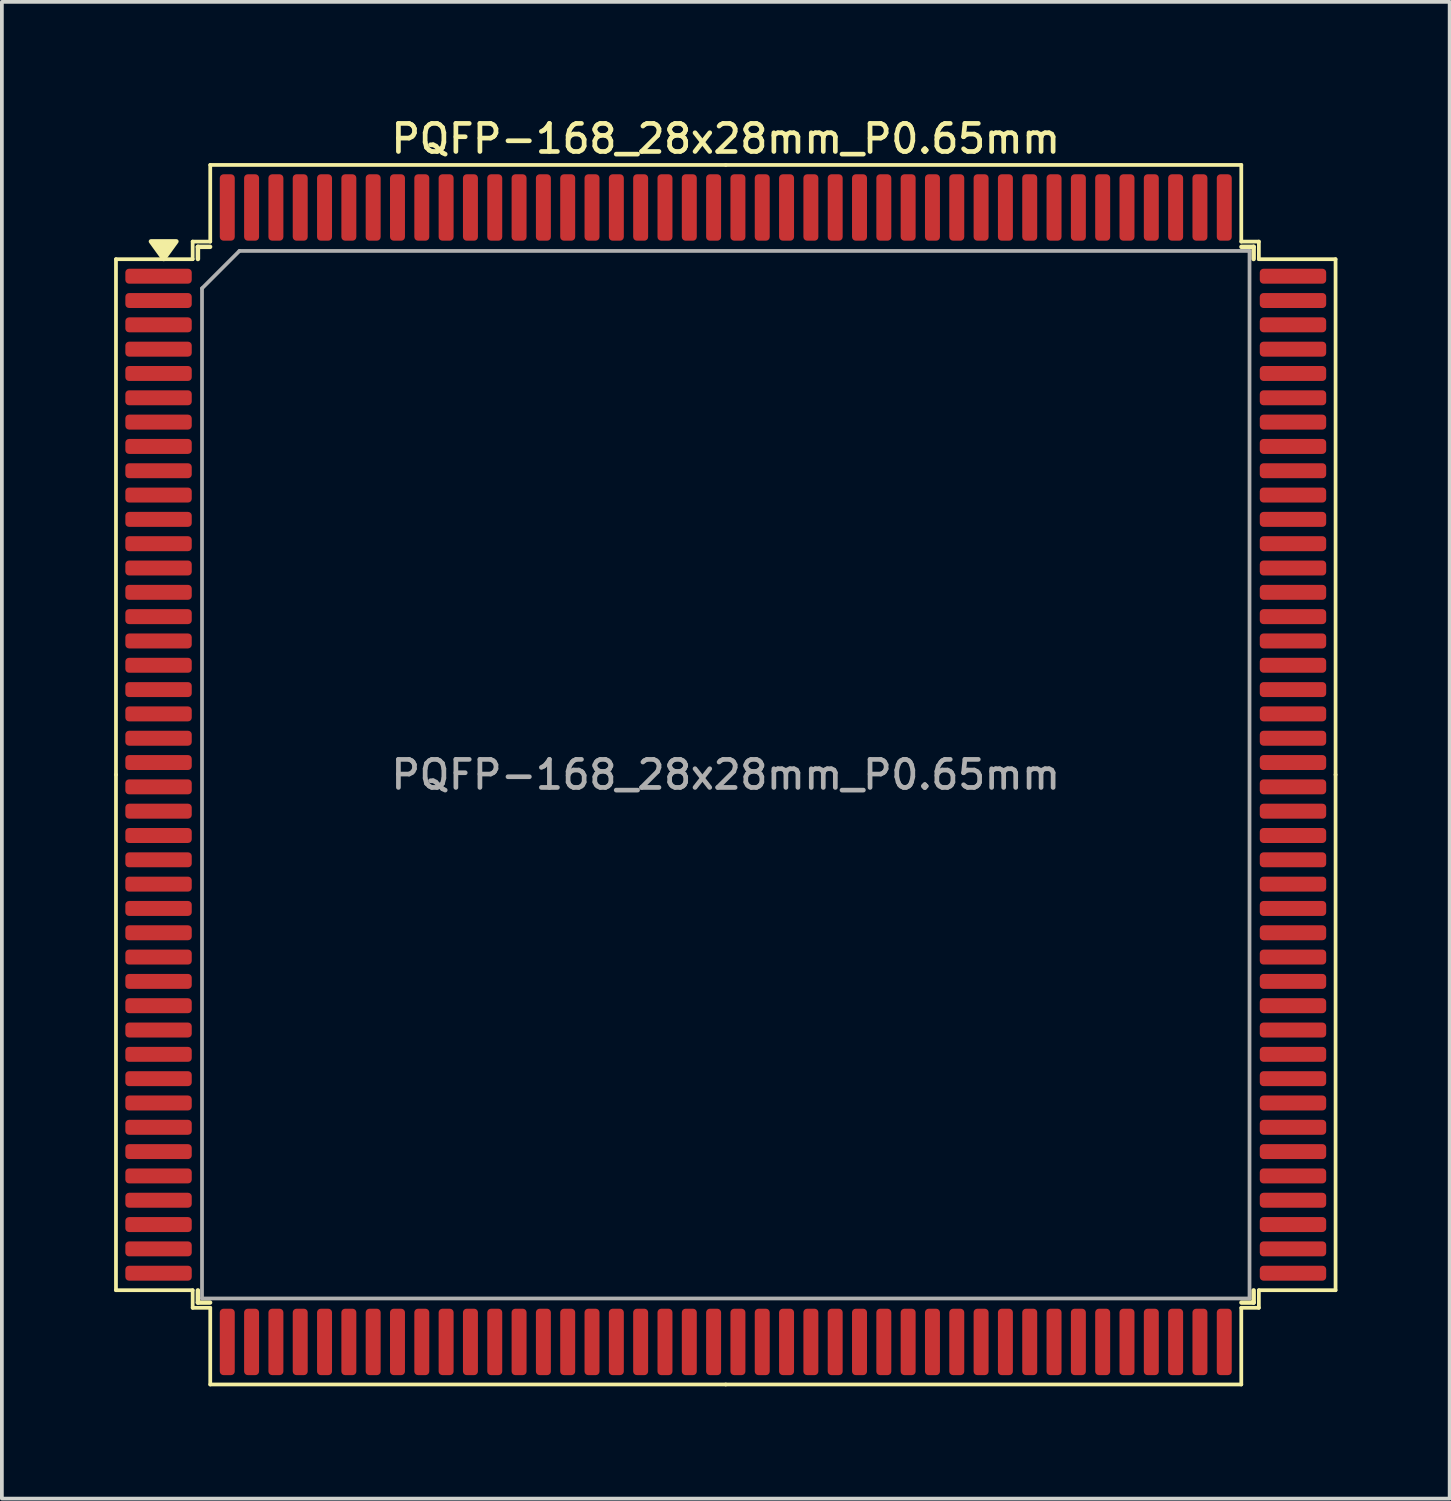
<source format=kicad_pcb>
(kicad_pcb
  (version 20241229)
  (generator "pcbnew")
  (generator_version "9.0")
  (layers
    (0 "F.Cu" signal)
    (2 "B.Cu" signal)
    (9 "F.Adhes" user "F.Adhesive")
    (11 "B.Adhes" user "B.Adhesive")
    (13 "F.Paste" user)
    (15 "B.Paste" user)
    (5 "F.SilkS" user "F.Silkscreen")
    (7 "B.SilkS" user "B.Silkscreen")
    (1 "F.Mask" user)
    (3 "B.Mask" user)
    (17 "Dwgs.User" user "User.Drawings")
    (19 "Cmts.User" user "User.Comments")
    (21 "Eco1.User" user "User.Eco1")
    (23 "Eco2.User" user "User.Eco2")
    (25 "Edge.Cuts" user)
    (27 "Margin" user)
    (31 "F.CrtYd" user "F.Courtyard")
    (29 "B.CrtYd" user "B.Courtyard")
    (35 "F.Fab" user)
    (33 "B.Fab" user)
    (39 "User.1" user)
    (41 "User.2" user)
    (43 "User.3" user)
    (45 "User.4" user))
  (footprint "PQFP-168_28x28mm_P0.65mm"
    (layer "F.Cu")
    (at 16.35 17.658)
    (property "Reference" "PQFP-168_28x28mm_P0.65mm" (at 0 -17 0) (layer "F.SilkS") (effects (font (size 0.75 0.75) (thickness 0.125))))
    (attr smd)
    (fp_line (start -16.3 -13.78) (end -16.3 0) (stroke (width 0.1) (type solid)) (layer "F.SilkS"))
    (fp_line (start -16.3 13.78) (end -16.3 0) (stroke (width 0.1) (type solid)) (layer "F.SilkS"))
    (fp_line (start -14.25 -14.25) (end -14.25 -13.78) (stroke (width 0.1) (type solid)) (layer "F.SilkS"))
    (fp_line (start -14.25 -13.78) (end -16.3 -13.78) (stroke (width 0.1) (type solid)) (layer "F.SilkS"))
    (fp_line (start -14.25 13.78) (end -16.3 13.78) (stroke (width 0.1) (type solid)) (layer "F.SilkS"))
    (fp_line (start -14.25 14.25) (end -14.25 13.78) (stroke (width 0.1) (type solid)) (layer "F.SilkS"))
    (fp_line (start -14.11 -14.11) (end -14.11 -13.785) (stroke (width 0.12) (type solid)) (layer "F.SilkS"))
    (fp_line (start -14.11 14.11) (end -14.11 13.785) (stroke (width 0.12) (type solid)) (layer "F.SilkS"))
    (fp_line (start -13.785 -14.11) (end -14.11 -14.11) (stroke (width 0.12) (type solid)) (layer "F.SilkS"))
    (fp_line (start -13.785 14.11) (end -14.11 14.11) (stroke (width 0.12) (type solid)) (layer "F.SilkS"))
    (fp_line (start -13.78 -16.3) (end -13.78 -14.25) (stroke (width 0.1) (type solid)) (layer "F.SilkS"))
    (fp_line (start -13.78 -14.25) (end -14.25 -14.25) (stroke (width 0.1) (type solid)) (layer "F.SilkS"))
    (fp_line (start -13.78 14.25) (end -14.25 14.25) (stroke (width 0.1) (type solid)) (layer "F.SilkS"))
    (fp_line (start -13.78 16.3) (end -13.78 14.25) (stroke (width 0.1) (type solid)) (layer "F.SilkS"))
    (fp_line (start 0 -16.3) (end -13.78 -16.3) (stroke (width 0.1) (type solid)) (layer "F.SilkS"))
    (fp_line (start 0 -16.3) (end 13.78 -16.3) (stroke (width 0.1) (type solid)) (layer "F.SilkS"))
    (fp_line (start 0 16.3) (end -13.78 16.3) (stroke (width 0.1) (type solid)) (layer "F.SilkS"))
    (fp_line (start 0 16.3) (end 13.78 16.3) (stroke (width 0.1) (type solid)) (layer "F.SilkS"))
    (fp_line (start 13.78 -16.3) (end 13.78 -14.25) (stroke (width 0.1) (type solid)) (layer "F.SilkS"))
    (fp_line (start 13.78 -14.25) (end 14.25 -14.25) (stroke (width 0.1) (type solid)) (layer "F.SilkS"))
    (fp_line (start 13.78 14.25) (end 14.25 14.25) (stroke (width 0.1) (type solid)) (layer "F.SilkS"))
    (fp_line (start 13.78 16.3) (end 13.78 14.25) (stroke (width 0.1) (type solid)) (layer "F.SilkS"))
    (fp_line (start 13.785 -14.11) (end 14.11 -14.11) (stroke (width 0.12) (type solid)) (layer "F.SilkS"))
    (fp_line (start 13.785 14.11) (end 14.11 14.11) (stroke (width 0.12) (type solid)) (layer "F.SilkS"))
    (fp_line (start 14.11 -14.11) (end 14.11 -13.785) (stroke (width 0.12) (type solid)) (layer "F.SilkS"))
    (fp_line (start 14.11 14.11) (end 14.11 13.785) (stroke (width 0.12) (type solid)) (layer "F.SilkS"))
    (fp_line (start 14.25 -14.25) (end 14.25 -13.78) (stroke (width 0.1) (type solid)) (layer "F.SilkS"))
    (fp_line (start 14.25 -13.78) (end 16.3 -13.78) (stroke (width 0.1) (type solid)) (layer "F.SilkS"))
    (fp_line (start 14.25 13.78) (end 16.3 13.78) (stroke (width 0.1) (type solid)) (layer "F.SilkS"))
    (fp_line (start 14.25 14.25) (end 14.25 13.78) (stroke (width 0.1) (type solid)) (layer "F.SilkS"))
    (fp_line (start 16.3 -13.78) (end 16.3 0) (stroke (width 0.1) (type solid)) (layer "F.SilkS"))
    (fp_line (start 16.3 13.78) (end 16.3 0) (stroke (width 0.1) (type solid)) (layer "F.SilkS"))
    (fp_poly (pts (xy -15.025 -13.785) (xy -15.365 -14.255) (xy -14.685 -14.255) (xy -15.025 -13.785)) (stroke (width 0.12) (type solid)) (fill yes) (layer "F.SilkS"))
    (fp_line (start -14 -13) (end -13 -14) (stroke (width 0.1) (type solid)) (layer "F.Fab"))
    (fp_line (start -14 14) (end -14 -13) (stroke (width 0.1) (type solid)) (layer "F.Fab"))
    (fp_line (start -13 -14) (end 14 -14) (stroke (width 0.1) (type solid)) (layer "F.Fab"))
    (fp_line (start 14 -14) (end 14 14) (stroke (width 0.1) (type solid)) (layer "F.Fab"))
    (fp_line (start 14 14) (end -14 14) (stroke (width 0.1) (type solid)) (layer "F.Fab"))
    (fp_text user "${REFERENCE}" (at 0 0 0) (layer "F.Fab") (effects (font (size 0.75 0.75) (thickness 0.125))))
    (pad "1" smd roundrect (at -15.162 -13.325) (size 1.775 0.4) (layers "F.Cu" "F.Mask" "F.Paste") (roundrect_rratio 0.25))
    (pad "2" smd roundrect (at -15.162 -12.675) (size 1.775 0.4) (layers "F.Cu" "F.Mask" "F.Paste") (roundrect_rratio 0.25))
    (pad "3" smd roundrect (at -15.162 -12.025) (size 1.775 0.4) (layers "F.Cu" "F.Mask" "F.Paste") (roundrect_rratio 0.25))
    (pad "4" smd roundrect (at -15.162 -11.375) (size 1.775 0.4) (layers "F.Cu" "F.Mask" "F.Paste") (roundrect_rratio 0.25))
    (pad "5" smd roundrect (at -15.162 -10.725) (size 1.775 0.4) (layers "F.Cu" "F.Mask" "F.Paste") (roundrect_rratio 0.25))
    (pad "6" smd roundrect (at -15.162 -10.075) (size 1.775 0.4) (layers "F.Cu" "F.Mask" "F.Paste") (roundrect_rratio 0.25))
    (pad "7" smd roundrect (at -15.162 -9.425) (size 1.775 0.4) (layers "F.Cu" "F.Mask" "F.Paste") (roundrect_rratio 0.25))
    (pad "8" smd roundrect (at -15.162 -8.775) (size 1.775 0.4) (layers "F.Cu" "F.Mask" "F.Paste") (roundrect_rratio 0.25))
    (pad "9" smd roundrect (at -15.162 -8.125) (size 1.775 0.4) (layers "F.Cu" "F.Mask" "F.Paste") (roundrect_rratio 0.25))
    (pad "10" smd roundrect (at -15.162 -7.475) (size 1.775 0.4) (layers "F.Cu" "F.Mask" "F.Paste") (roundrect_rratio 0.25))
    (pad "11" smd roundrect (at -15.162 -6.825) (size 1.775 0.4) (layers "F.Cu" "F.Mask" "F.Paste") (roundrect_rratio 0.25))
    (pad "12" smd roundrect (at -15.162 -6.175) (size 1.775 0.4) (layers "F.Cu" "F.Mask" "F.Paste") (roundrect_rratio 0.25))
    (pad "13" smd roundrect (at -15.162 -5.525) (size 1.775 0.4) (layers "F.Cu" "F.Mask" "F.Paste") (roundrect_rratio 0.25))
    (pad "14" smd roundrect (at -15.162 -4.875) (size 1.775 0.4) (layers "F.Cu" "F.Mask" "F.Paste") (roundrect_rratio 0.25))
    (pad "15" smd roundrect (at -15.162 -4.225) (size 1.775 0.4) (layers "F.Cu" "F.Mask" "F.Paste") (roundrect_rratio 0.25))
    (pad "16" smd roundrect (at -15.162 -3.575) (size 1.775 0.4) (layers "F.Cu" "F.Mask" "F.Paste") (roundrect_rratio 0.25))
    (pad "17" smd roundrect (at -15.162 -2.925) (size 1.775 0.4) (layers "F.Cu" "F.Mask" "F.Paste") (roundrect_rratio 0.25))
    (pad "18" smd roundrect (at -15.162 -2.275) (size 1.775 0.4) (layers "F.Cu" "F.Mask" "F.Paste") (roundrect_rratio 0.25))
    (pad "19" smd roundrect (at -15.162 -1.625) (size 1.775 0.4) (layers "F.Cu" "F.Mask" "F.Paste") (roundrect_rratio 0.25))
    (pad "20" smd roundrect (at -15.162 -0.975) (size 1.775 0.4) (layers "F.Cu" "F.Mask" "F.Paste") (roundrect_rratio 0.25))
    (pad "21" smd roundrect (at -15.162 -0.325) (size 1.775 0.4) (layers "F.Cu" "F.Mask" "F.Paste") (roundrect_rratio 0.25))
    (pad "22" smd roundrect (at -15.162 0.325) (size 1.775 0.4) (layers "F.Cu" "F.Mask" "F.Paste") (roundrect_rratio 0.25))
    (pad "23" smd roundrect (at -15.162 0.975) (size 1.775 0.4) (layers "F.Cu" "F.Mask" "F.Paste") (roundrect_rratio 0.25))
    (pad "24" smd roundrect (at -15.162 1.625) (size 1.775 0.4) (layers "F.Cu" "F.Mask" "F.Paste") (roundrect_rratio 0.25))
    (pad "25" smd roundrect (at -15.162 2.275) (size 1.775 0.4) (layers "F.Cu" "F.Mask" "F.Paste") (roundrect_rratio 0.25))
    (pad "26" smd roundrect (at -15.162 2.925) (size 1.775 0.4) (layers "F.Cu" "F.Mask" "F.Paste") (roundrect_rratio 0.25))
    (pad "27" smd roundrect (at -15.162 3.575) (size 1.775 0.4) (layers "F.Cu" "F.Mask" "F.Paste") (roundrect_rratio 0.25))
    (pad "28" smd roundrect (at -15.162 4.225) (size 1.775 0.4) (layers "F.Cu" "F.Mask" "F.Paste") (roundrect_rratio 0.25))
    (pad "29" smd roundrect (at -15.162 4.875) (size 1.775 0.4) (layers "F.Cu" "F.Mask" "F.Paste") (roundrect_rratio 0.25))
    (pad "30" smd roundrect (at -15.162 5.525) (size 1.775 0.4) (layers "F.Cu" "F.Mask" "F.Paste") (roundrect_rratio 0.25))
    (pad "31" smd roundrect (at -15.162 6.175) (size 1.775 0.4) (layers "F.Cu" "F.Mask" "F.Paste") (roundrect_rratio 0.25))
    (pad "32" smd roundrect (at -15.162 6.825) (size 1.775 0.4) (layers "F.Cu" "F.Mask" "F.Paste") (roundrect_rratio 0.25))
    (pad "33" smd roundrect (at -15.162 7.475) (size 1.775 0.4) (layers "F.Cu" "F.Mask" "F.Paste") (roundrect_rratio 0.25))
    (pad "34" smd roundrect (at -15.162 8.125) (size 1.775 0.4) (layers "F.Cu" "F.Mask" "F.Paste") (roundrect_rratio 0.25))
    (pad "35" smd roundrect (at -15.162 8.775) (size 1.775 0.4) (layers "F.Cu" "F.Mask" "F.Paste") (roundrect_rratio 0.25))
    (pad "36" smd roundrect (at -15.162 9.425) (size 1.775 0.4) (layers "F.Cu" "F.Mask" "F.Paste") (roundrect_rratio 0.25))
    (pad "37" smd roundrect (at -15.162 10.075) (size 1.775 0.4) (layers "F.Cu" "F.Mask" "F.Paste") (roundrect_rratio 0.25))
    (pad "38" smd roundrect (at -15.162 10.725) (size 1.775 0.4) (layers "F.Cu" "F.Mask" "F.Paste") (roundrect_rratio 0.25))
    (pad "39" smd roundrect (at -15.162 11.375) (size 1.775 0.4) (layers "F.Cu" "F.Mask" "F.Paste") (roundrect_rratio 0.25))
    (pad "40" smd roundrect (at -15.162 12.025) (size 1.775 0.4) (layers "F.Cu" "F.Mask" "F.Paste") (roundrect_rratio 0.25))
    (pad "41" smd roundrect (at -15.162 12.675) (size 1.775 0.4) (layers "F.Cu" "F.Mask" "F.Paste") (roundrect_rratio 0.25))
    (pad "42" smd roundrect (at -15.162 13.325) (size 1.775 0.4) (layers "F.Cu" "F.Mask" "F.Paste") (roundrect_rratio 0.25))
    (pad "43" smd roundrect (at -13.325 15.162) (size 0.4 1.775) (layers "F.Cu" "F.Mask" "F.Paste") (roundrect_rratio 0.25))
    (pad "44" smd roundrect (at -12.675 15.162) (size 0.4 1.775) (layers "F.Cu" "F.Mask" "F.Paste") (roundrect_rratio 0.25))
    (pad "45" smd roundrect (at -12.025 15.162) (size 0.4 1.775) (layers "F.Cu" "F.Mask" "F.Paste") (roundrect_rratio 0.25))
    (pad "46" smd roundrect (at -11.375 15.162) (size 0.4 1.775) (layers "F.Cu" "F.Mask" "F.Paste") (roundrect_rratio 0.25))
    (pad "47" smd roundrect (at -10.725 15.162) (size 0.4 1.775) (layers "F.Cu" "F.Mask" "F.Paste") (roundrect_rratio 0.25))
    (pad "48" smd roundrect (at -10.075 15.162) (size 0.4 1.775) (layers "F.Cu" "F.Mask" "F.Paste") (roundrect_rratio 0.25))
    (pad "49" smd roundrect (at -9.425 15.162) (size 0.4 1.775) (layers "F.Cu" "F.Mask" "F.Paste") (roundrect_rratio 0.25))
    (pad "50" smd roundrect (at -8.775 15.162) (size 0.4 1.775) (layers "F.Cu" "F.Mask" "F.Paste") (roundrect_rratio 0.25))
    (pad "51" smd roundrect (at -8.125 15.162) (size 0.4 1.775) (layers "F.Cu" "F.Mask" "F.Paste") (roundrect_rratio 0.25))
    (pad "52" smd roundrect (at -7.475 15.162) (size 0.4 1.775) (layers "F.Cu" "F.Mask" "F.Paste") (roundrect_rratio 0.25))
    (pad "53" smd roundrect (at -6.825 15.162) (size 0.4 1.775) (layers "F.Cu" "F.Mask" "F.Paste") (roundrect_rratio 0.25))
    (pad "54" smd roundrect (at -6.175 15.162) (size 0.4 1.775) (layers "F.Cu" "F.Mask" "F.Paste") (roundrect_rratio 0.25))
    (pad "55" smd roundrect (at -5.525 15.162) (size 0.4 1.775) (layers "F.Cu" "F.Mask" "F.Paste") (roundrect_rratio 0.25))
    (pad "56" smd roundrect (at -4.875 15.162) (size 0.4 1.775) (layers "F.Cu" "F.Mask" "F.Paste") (roundrect_rratio 0.25))
    (pad "57" smd roundrect (at -4.225 15.162) (size 0.4 1.775) (layers "F.Cu" "F.Mask" "F.Paste") (roundrect_rratio 0.25))
    (pad "58" smd roundrect (at -3.575 15.162) (size 0.4 1.775) (layers "F.Cu" "F.Mask" "F.Paste") (roundrect_rratio 0.25))
    (pad "59" smd roundrect (at -2.925 15.162) (size 0.4 1.775) (layers "F.Cu" "F.Mask" "F.Paste") (roundrect_rratio 0.25))
    (pad "60" smd roundrect (at -2.275 15.162) (size 0.4 1.775) (layers "F.Cu" "F.Mask" "F.Paste") (roundrect_rratio 0.25))
    (pad "61" smd roundrect (at -1.625 15.162) (size 0.4 1.775) (layers "F.Cu" "F.Mask" "F.Paste") (roundrect_rratio 0.25))
    (pad "62" smd roundrect (at -0.975 15.162) (size 0.4 1.775) (layers "F.Cu" "F.Mask" "F.Paste") (roundrect_rratio 0.25))
    (pad "63" smd roundrect (at -0.325 15.162) (size 0.4 1.775) (layers "F.Cu" "F.Mask" "F.Paste") (roundrect_rratio 0.25))
    (pad "64" smd roundrect (at 0.325 15.162) (size 0.4 1.775) (layers "F.Cu" "F.Mask" "F.Paste") (roundrect_rratio 0.25))
    (pad "65" smd roundrect (at 0.975 15.162) (size 0.4 1.775) (layers "F.Cu" "F.Mask" "F.Paste") (roundrect_rratio 0.25))
    (pad "66" smd roundrect (at 1.625 15.162) (size 0.4 1.775) (layers "F.Cu" "F.Mask" "F.Paste") (roundrect_rratio 0.25))
    (pad "67" smd roundrect (at 2.275 15.162) (size 0.4 1.775) (layers "F.Cu" "F.Mask" "F.Paste") (roundrect_rratio 0.25))
    (pad "68" smd roundrect (at 2.925 15.162) (size 0.4 1.775) (layers "F.Cu" "F.Mask" "F.Paste") (roundrect_rratio 0.25))
    (pad "69" smd roundrect (at 3.575 15.162) (size 0.4 1.775) (layers "F.Cu" "F.Mask" "F.Paste") (roundrect_rratio 0.25))
    (pad "70" smd roundrect (at 4.225 15.162) (size 0.4 1.775) (layers "F.Cu" "F.Mask" "F.Paste") (roundrect_rratio 0.25))
    (pad "71" smd roundrect (at 4.875 15.162) (size 0.4 1.775) (layers "F.Cu" "F.Mask" "F.Paste") (roundrect_rratio 0.25))
    (pad "72" smd roundrect (at 5.525 15.162) (size 0.4 1.775) (layers "F.Cu" "F.Mask" "F.Paste") (roundrect_rratio 0.25))
    (pad "73" smd roundrect (at 6.175 15.162) (size 0.4 1.775) (layers "F.Cu" "F.Mask" "F.Paste") (roundrect_rratio 0.25))
    (pad "74" smd roundrect (at 6.825 15.162) (size 0.4 1.775) (layers "F.Cu" "F.Mask" "F.Paste") (roundrect_rratio 0.25))
    (pad "75" smd roundrect (at 7.475 15.162) (size 0.4 1.775) (layers "F.Cu" "F.Mask" "F.Paste") (roundrect_rratio 0.25))
    (pad "76" smd roundrect (at 8.125 15.162) (size 0.4 1.775) (layers "F.Cu" "F.Mask" "F.Paste") (roundrect_rratio 0.25))
    (pad "77" smd roundrect (at 8.775 15.162) (size 0.4 1.775) (layers "F.Cu" "F.Mask" "F.Paste") (roundrect_rratio 0.25))
    (pad "78" smd roundrect (at 9.425 15.162) (size 0.4 1.775) (layers "F.Cu" "F.Mask" "F.Paste") (roundrect_rratio 0.25))
    (pad "79" smd roundrect (at 10.075 15.162) (size 0.4 1.775) (layers "F.Cu" "F.Mask" "F.Paste") (roundrect_rratio 0.25))
    (pad "80" smd roundrect (at 10.725 15.162) (size 0.4 1.775) (layers "F.Cu" "F.Mask" "F.Paste") (roundrect_rratio 0.25))
    (pad "81" smd roundrect (at 11.375 15.162) (size 0.4 1.775) (layers "F.Cu" "F.Mask" "F.Paste") (roundrect_rratio 0.25))
    (pad "82" smd roundrect (at 12.025 15.162) (size 0.4 1.775) (layers "F.Cu" "F.Mask" "F.Paste") (roundrect_rratio 0.25))
    (pad "83" smd roundrect (at 12.675 15.162) (size 0.4 1.775) (layers "F.Cu" "F.Mask" "F.Paste") (roundrect_rratio 0.25))
    (pad "84" smd roundrect (at 13.325 15.162) (size 0.4 1.775) (layers "F.Cu" "F.Mask" "F.Paste") (roundrect_rratio 0.25))
    (pad "85" smd roundrect (at 15.162 13.325) (size 1.775 0.4) (layers "F.Cu" "F.Mask" "F.Paste") (roundrect_rratio 0.25))
    (pad "86" smd roundrect (at 15.162 12.675) (size 1.775 0.4) (layers "F.Cu" "F.Mask" "F.Paste") (roundrect_rratio 0.25))
    (pad "87" smd roundrect (at 15.162 12.025) (size 1.775 0.4) (layers "F.Cu" "F.Mask" "F.Paste") (roundrect_rratio 0.25))
    (pad "88" smd roundrect (at 15.162 11.375) (size 1.775 0.4) (layers "F.Cu" "F.Mask" "F.Paste") (roundrect_rratio 0.25))
    (pad "89" smd roundrect (at 15.162 10.725) (size 1.775 0.4) (layers "F.Cu" "F.Mask" "F.Paste") (roundrect_rratio 0.25))
    (pad "90" smd roundrect (at 15.162 10.075) (size 1.775 0.4) (layers "F.Cu" "F.Mask" "F.Paste") (roundrect_rratio 0.25))
    (pad "91" smd roundrect (at 15.162 9.425) (size 1.775 0.4) (layers "F.Cu" "F.Mask" "F.Paste") (roundrect_rratio 0.25))
    (pad "92" smd roundrect (at 15.162 8.775) (size 1.775 0.4) (layers "F.Cu" "F.Mask" "F.Paste") (roundrect_rratio 0.25))
    (pad "93" smd roundrect (at 15.162 8.125) (size 1.775 0.4) (layers "F.Cu" "F.Mask" "F.Paste") (roundrect_rratio 0.25))
    (pad "94" smd roundrect (at 15.162 7.475) (size 1.775 0.4) (layers "F.Cu" "F.Mask" "F.Paste") (roundrect_rratio 0.25))
    (pad "95" smd roundrect (at 15.162 6.825) (size 1.775 0.4) (layers "F.Cu" "F.Mask" "F.Paste") (roundrect_rratio 0.25))
    (pad "96" smd roundrect (at 15.162 6.175) (size 1.775 0.4) (layers "F.Cu" "F.Mask" "F.Paste") (roundrect_rratio 0.25))
    (pad "97" smd roundrect (at 15.162 5.525) (size 1.775 0.4) (layers "F.Cu" "F.Mask" "F.Paste") (roundrect_rratio 0.25))
    (pad "98" smd roundrect (at 15.162 4.875) (size 1.775 0.4) (layers "F.Cu" "F.Mask" "F.Paste") (roundrect_rratio 0.25))
    (pad "99" smd roundrect (at 15.162 4.225) (size 1.775 0.4) (layers "F.Cu" "F.Mask" "F.Paste") (roundrect_rratio 0.25))
    (pad "100" smd roundrect (at 15.162 3.575) (size 1.775 0.4) (layers "F.Cu" "F.Mask" "F.Paste") (roundrect_rratio 0.25))
    (pad "101" smd roundrect (at 15.162 2.925) (size 1.775 0.4) (layers "F.Cu" "F.Mask" "F.Paste") (roundrect_rratio 0.25))
    (pad "102" smd roundrect (at 15.162 2.275) (size 1.775 0.4) (layers "F.Cu" "F.Mask" "F.Paste") (roundrect_rratio 0.25))
    (pad "103" smd roundrect (at 15.162 1.625) (size 1.775 0.4) (layers "F.Cu" "F.Mask" "F.Paste") (roundrect_rratio 0.25))
    (pad "104" smd roundrect (at 15.162 0.975) (size 1.775 0.4) (layers "F.Cu" "F.Mask" "F.Paste") (roundrect_rratio 0.25))
    (pad "105" smd roundrect (at 15.162 0.325) (size 1.775 0.4) (layers "F.Cu" "F.Mask" "F.Paste") (roundrect_rratio 0.25))
    (pad "106" smd roundrect (at 15.162 -0.325) (size 1.775 0.4) (layers "F.Cu" "F.Mask" "F.Paste") (roundrect_rratio 0.25))
    (pad "107" smd roundrect (at 15.162 -0.975) (size 1.775 0.4) (layers "F.Cu" "F.Mask" "F.Paste") (roundrect_rratio 0.25))
    (pad "108" smd roundrect (at 15.162 -1.625) (size 1.775 0.4) (layers "F.Cu" "F.Mask" "F.Paste") (roundrect_rratio 0.25))
    (pad "109" smd roundrect (at 15.162 -2.275) (size 1.775 0.4) (layers "F.Cu" "F.Mask" "F.Paste") (roundrect_rratio 0.25))
    (pad "110" smd roundrect (at 15.162 -2.925) (size 1.775 0.4) (layers "F.Cu" "F.Mask" "F.Paste") (roundrect_rratio 0.25))
    (pad "111" smd roundrect (at 15.162 -3.575) (size 1.775 0.4) (layers "F.Cu" "F.Mask" "F.Paste") (roundrect_rratio 0.25))
    (pad "112" smd roundrect (at 15.162 -4.225) (size 1.775 0.4) (layers "F.Cu" "F.Mask" "F.Paste") (roundrect_rratio 0.25))
    (pad "113" smd roundrect (at 15.162 -4.875) (size 1.775 0.4) (layers "F.Cu" "F.Mask" "F.Paste") (roundrect_rratio 0.25))
    (pad "114" smd roundrect (at 15.162 -5.525) (size 1.775 0.4) (layers "F.Cu" "F.Mask" "F.Paste") (roundrect_rratio 0.25))
    (pad "115" smd roundrect (at 15.162 -6.175) (size 1.775 0.4) (layers "F.Cu" "F.Mask" "F.Paste") (roundrect_rratio 0.25))
    (pad "116" smd roundrect (at 15.162 -6.825) (size 1.775 0.4) (layers "F.Cu" "F.Mask" "F.Paste") (roundrect_rratio 0.25))
    (pad "117" smd roundrect (at 15.162 -7.475) (size 1.775 0.4) (layers "F.Cu" "F.Mask" "F.Paste") (roundrect_rratio 0.25))
    (pad "118" smd roundrect (at 15.162 -8.125) (size 1.775 0.4) (layers "F.Cu" "F.Mask" "F.Paste") (roundrect_rratio 0.25))
    (pad "119" smd roundrect (at 15.162 -8.775) (size 1.775 0.4) (layers "F.Cu" "F.Mask" "F.Paste") (roundrect_rratio 0.25))
    (pad "120" smd roundrect (at 15.162 -9.425) (size 1.775 0.4) (layers "F.Cu" "F.Mask" "F.Paste") (roundrect_rratio 0.25))
    (pad "121" smd roundrect (at 15.162 -10.075) (size 1.775 0.4) (layers "F.Cu" "F.Mask" "F.Paste") (roundrect_rratio 0.25))
    (pad "122" smd roundrect (at 15.162 -10.725) (size 1.775 0.4) (layers "F.Cu" "F.Mask" "F.Paste") (roundrect_rratio 0.25))
    (pad "123" smd roundrect (at 15.162 -11.375) (size 1.775 0.4) (layers "F.Cu" "F.Mask" "F.Paste") (roundrect_rratio 0.25))
    (pad "124" smd roundrect (at 15.162 -12.025) (size 1.775 0.4) (layers "F.Cu" "F.Mask" "F.Paste") (roundrect_rratio 0.25))
    (pad "125" smd roundrect (at 15.162 -12.675) (size 1.775 0.4) (layers "F.Cu" "F.Mask" "F.Paste") (roundrect_rratio 0.25))
    (pad "126" smd roundrect (at 15.162 -13.325) (size 1.775 0.4) (layers "F.Cu" "F.Mask" "F.Paste") (roundrect_rratio 0.25))
    (pad "127" smd roundrect (at 13.325 -15.162) (size 0.4 1.775) (layers "F.Cu" "F.Mask" "F.Paste") (roundrect_rratio 0.25))
    (pad "128" smd roundrect (at 12.675 -15.162) (size 0.4 1.775) (layers "F.Cu" "F.Mask" "F.Paste") (roundrect_rratio 0.25))
    (pad "129" smd roundrect (at 12.025 -15.162) (size 0.4 1.775) (layers "F.Cu" "F.Mask" "F.Paste") (roundrect_rratio 0.25))
    (pad "130" smd roundrect (at 11.375 -15.162) (size 0.4 1.775) (layers "F.Cu" "F.Mask" "F.Paste") (roundrect_rratio 0.25))
    (pad "131" smd roundrect (at 10.725 -15.162) (size 0.4 1.775) (layers "F.Cu" "F.Mask" "F.Paste") (roundrect_rratio 0.25))
    (pad "132" smd roundrect (at 10.075 -15.162) (size 0.4 1.775) (layers "F.Cu" "F.Mask" "F.Paste") (roundrect_rratio 0.25))
    (pad "133" smd roundrect (at 9.425 -15.162) (size 0.4 1.775) (layers "F.Cu" "F.Mask" "F.Paste") (roundrect_rratio 0.25))
    (pad "134" smd roundrect (at 8.775 -15.162) (size 0.4 1.775) (layers "F.Cu" "F.Mask" "F.Paste") (roundrect_rratio 0.25))
    (pad "135" smd roundrect (at 8.125 -15.162) (size 0.4 1.775) (layers "F.Cu" "F.Mask" "F.Paste") (roundrect_rratio 0.25))
    (pad "136" smd roundrect (at 7.475 -15.162) (size 0.4 1.775) (layers "F.Cu" "F.Mask" "F.Paste") (roundrect_rratio 0.25))
    (pad "137" smd roundrect (at 6.825 -15.162) (size 0.4 1.775) (layers "F.Cu" "F.Mask" "F.Paste") (roundrect_rratio 0.25))
    (pad "138" smd roundrect (at 6.175 -15.162) (size 0.4 1.775) (layers "F.Cu" "F.Mask" "F.Paste") (roundrect_rratio 0.25))
    (pad "139" smd roundrect (at 5.525 -15.162) (size 0.4 1.775) (layers "F.Cu" "F.Mask" "F.Paste") (roundrect_rratio 0.25))
    (pad "140" smd roundrect (at 4.875 -15.162) (size 0.4 1.775) (layers "F.Cu" "F.Mask" "F.Paste") (roundrect_rratio 0.25))
    (pad "141" smd roundrect (at 4.225 -15.162) (size 0.4 1.775) (layers "F.Cu" "F.Mask" "F.Paste") (roundrect_rratio 0.25))
    (pad "142" smd roundrect (at 3.575 -15.162) (size 0.4 1.775) (layers "F.Cu" "F.Mask" "F.Paste") (roundrect_rratio 0.25))
    (pad "143" smd roundrect (at 2.925 -15.162) (size 0.4 1.775) (layers "F.Cu" "F.Mask" "F.Paste") (roundrect_rratio 0.25))
    (pad "144" smd roundrect (at 2.275 -15.162) (size 0.4 1.775) (layers "F.Cu" "F.Mask" "F.Paste") (roundrect_rratio 0.25))
    (pad "145" smd roundrect (at 1.625 -15.162) (size 0.4 1.775) (layers "F.Cu" "F.Mask" "F.Paste") (roundrect_rratio 0.25))
    (pad "146" smd roundrect (at 0.975 -15.162) (size 0.4 1.775) (layers "F.Cu" "F.Mask" "F.Paste") (roundrect_rratio 0.25))
    (pad "147" smd roundrect (at 0.325 -15.162) (size 0.4 1.775) (layers "F.Cu" "F.Mask" "F.Paste") (roundrect_rratio 0.25))
    (pad "148" smd roundrect (at -0.325 -15.162) (size 0.4 1.775) (layers "F.Cu" "F.Mask" "F.Paste") (roundrect_rratio 0.25))
    (pad "149" smd roundrect (at -0.975 -15.162) (size 0.4 1.775) (layers "F.Cu" "F.Mask" "F.Paste") (roundrect_rratio 0.25))
    (pad "150" smd roundrect (at -1.625 -15.162) (size 0.4 1.775) (layers "F.Cu" "F.Mask" "F.Paste") (roundrect_rratio 0.25))
    (pad "151" smd roundrect (at -2.275 -15.162) (size 0.4 1.775) (layers "F.Cu" "F.Mask" "F.Paste") (roundrect_rratio 0.25))
    (pad "152" smd roundrect (at -2.925 -15.162) (size 0.4 1.775) (layers "F.Cu" "F.Mask" "F.Paste") (roundrect_rratio 0.25))
    (pad "153" smd roundrect (at -3.575 -15.162) (size 0.4 1.775) (layers "F.Cu" "F.Mask" "F.Paste") (roundrect_rratio 0.25))
    (pad "154" smd roundrect (at -4.225 -15.162) (size 0.4 1.775) (layers "F.Cu" "F.Mask" "F.Paste") (roundrect_rratio 0.25))
    (pad "155" smd roundrect (at -4.875 -15.162) (size 0.4 1.775) (layers "F.Cu" "F.Mask" "F.Paste") (roundrect_rratio 0.25))
    (pad "156" smd roundrect (at -5.525 -15.162) (size 0.4 1.775) (layers "F.Cu" "F.Mask" "F.Paste") (roundrect_rratio 0.25))
    (pad "157" smd roundrect (at -6.175 -15.162) (size 0.4 1.775) (layers "F.Cu" "F.Mask" "F.Paste") (roundrect_rratio 0.25))
    (pad "158" smd roundrect (at -6.825 -15.162) (size 0.4 1.775) (layers "F.Cu" "F.Mask" "F.Paste") (roundrect_rratio 0.25))
    (pad "159" smd roundrect (at -7.475 -15.162) (size 0.4 1.775) (layers "F.Cu" "F.Mask" "F.Paste") (roundrect_rratio 0.25))
    (pad "160" smd roundrect (at -8.125 -15.162) (size 0.4 1.775) (layers "F.Cu" "F.Mask" "F.Paste") (roundrect_rratio 0.25))
    (pad "161" smd roundrect (at -8.775 -15.162) (size 0.4 1.775) (layers "F.Cu" "F.Mask" "F.Paste") (roundrect_rratio 0.25))
    (pad "162" smd roundrect (at -9.425 -15.162) (size 0.4 1.775) (layers "F.Cu" "F.Mask" "F.Paste") (roundrect_rratio 0.25))
    (pad "163" smd roundrect (at -10.075 -15.162) (size 0.4 1.775) (layers "F.Cu" "F.Mask" "F.Paste") (roundrect_rratio 0.25))
    (pad "164" smd roundrect (at -10.725 -15.162) (size 0.4 1.775) (layers "F.Cu" "F.Mask" "F.Paste") (roundrect_rratio 0.25))
    (pad "165" smd roundrect (at -11.375 -15.162) (size 0.4 1.775) (layers "F.Cu" "F.Mask" "F.Paste") (roundrect_rratio 0.25))
    (pad "166" smd roundrect (at -12.025 -15.162) (size 0.4 1.775) (layers "F.Cu" "F.Mask" "F.Paste") (roundrect_rratio 0.25))
    (pad "167" smd roundrect (at -12.675 -15.162) (size 0.4 1.775) (layers "F.Cu" "F.Mask" "F.Paste") (roundrect_rratio 0.25))
    (pad "168" smd roundrect (at -13.325 -15.162) (size 0.4 1.775) (layers "F.Cu" "F.Mask" "F.Paste") (roundrect_rratio 0.25)))
  (gr_rect
    (start -3 -3)
    (end 35.7 37.008)
    (stroke (width 0.1) (type default))
    (fill no)
    (layer "Edge.Cuts")))
</source>
